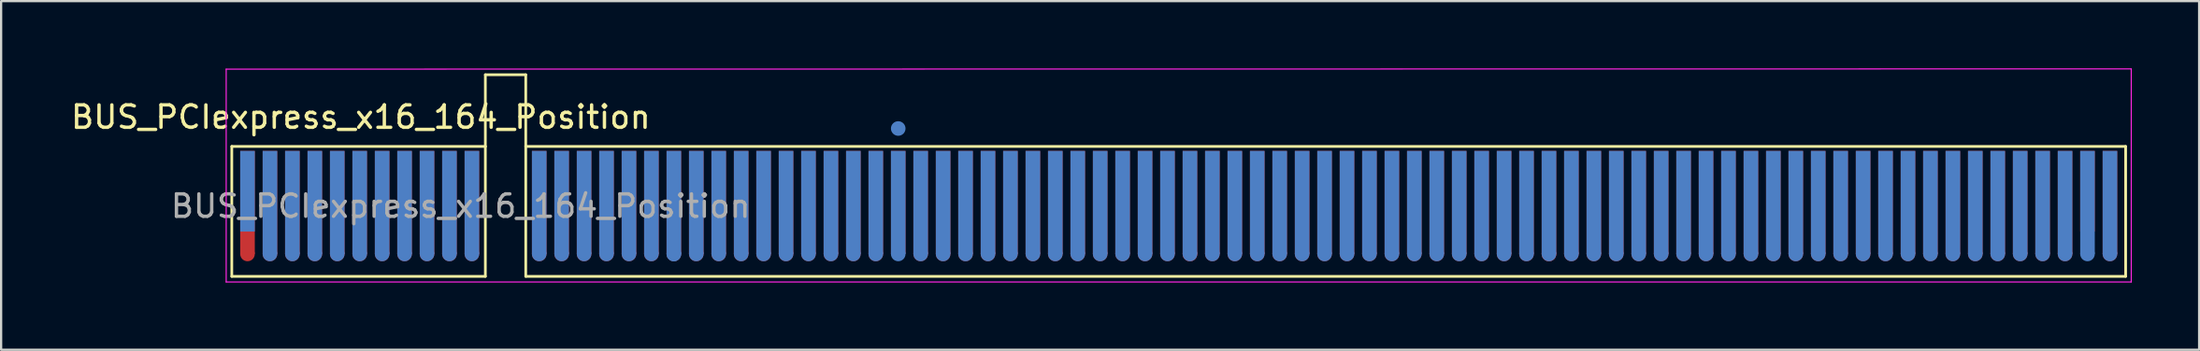
<source format=kicad_pcb>
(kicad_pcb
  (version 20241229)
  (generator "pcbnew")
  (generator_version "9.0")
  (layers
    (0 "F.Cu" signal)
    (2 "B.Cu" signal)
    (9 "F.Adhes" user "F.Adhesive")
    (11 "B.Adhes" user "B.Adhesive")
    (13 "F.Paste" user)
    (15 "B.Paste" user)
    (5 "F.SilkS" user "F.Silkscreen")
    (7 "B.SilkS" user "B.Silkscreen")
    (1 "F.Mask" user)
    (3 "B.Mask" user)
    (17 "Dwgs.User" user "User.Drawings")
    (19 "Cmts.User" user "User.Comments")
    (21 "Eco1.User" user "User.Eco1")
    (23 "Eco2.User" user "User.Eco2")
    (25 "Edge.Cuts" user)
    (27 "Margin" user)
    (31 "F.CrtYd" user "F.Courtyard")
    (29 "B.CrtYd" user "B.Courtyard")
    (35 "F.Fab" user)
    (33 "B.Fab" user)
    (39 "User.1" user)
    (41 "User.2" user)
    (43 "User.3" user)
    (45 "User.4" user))
  (footprint "BUS_PCIexpress_x16_164_Position"
    (layer "F.Cu")
    (at 7.98 5.486)
    (property "Reference" "BUS_PCIexpress_x16_164_Position" (at 5.05 -3.31 0) (layer "F.SilkS") (effects (font (size 1 1) (thickness 0.15))))
    (attr exclude_from_pos_files exclude_from_bom)
    (fp_line (start -0.7 -2) (end 10.6 -2) (stroke (width 0.12) (type solid)) (layer "F.SilkS"))
    (fp_line (start -0.7 3.8) (end -0.7 -2) (stroke (width 0.12) (type solid)) (layer "F.SilkS"))
    (fp_line (start 10.6 -5.2) (end 12.4 -5.2) (stroke (width 0.12) (type solid)) (layer "F.SilkS"))
    (fp_line (start 10.6 -2) (end 10.6 -5.2) (stroke (width 0.12) (type solid)) (layer "F.SilkS"))
    (fp_line (start 10.6 -2) (end 10.6 3.8) (stroke (width 0.12) (type solid)) (layer "F.SilkS"))
    (fp_line (start 10.6 3.8) (end -0.7 3.8) (stroke (width 0.12) (type solid)) (layer "F.SilkS"))
    (fp_line (start 12.4 -5.2) (end 12.4 -2) (stroke (width 0.12) (type solid)) (layer "F.SilkS"))
    (fp_line (start 12.4 -2) (end 12.4 3.8) (stroke (width 0.12) (type solid)) (layer "F.SilkS"))
    (fp_line (start 12.4 3.8) (end 83.7 3.8) (stroke (width 0.12) (type solid)) (layer "F.SilkS"))
    (fp_line (start 83.7 -2) (end 12.4 -2) (stroke (width 0.12) (type solid)) (layer "F.SilkS"))
    (fp_line (start 83.7 -2) (end 83.7 3.8) (stroke (width 0.12) (type solid)) (layer "F.SilkS"))
    (fp_line (start -0.95 -5.45) (end -0.95 4.05) (stroke (width 0.05) (type solid)) (layer "F.CrtYd"))
    (fp_line (start -0.95 -5.45) (end 83.947 -5.461) (stroke (width 0.05) (type solid)) (layer "F.CrtYd"))
    (fp_line (start 83.95 -5.461) (end 83.95 4.05) (stroke (width 0.05) (type solid)) (layer "F.CrtYd"))
    (fp_line (start 83.95 4.05) (end -0.95 4.05) (stroke (width 0.05) (type solid)) (layer "F.CrtYd"))
    (fp_text user "${REFERENCE}" (at 9.5 0.662 0) (layer "F.Fab") (effects (font (size 1 1) (thickness 0.15))))
    (pad "A1" connect rect (at 0 0) (size 0.65 3.6) (layers "B.Cu" "B.Mask"))
    (pad "A2" connect rect (at 1 0.5) (size 0.65 4.6) (layers "B.Cu" "B.Mask"))
    (pad "A2" connect oval (at 1 2.8 90) (size 0.65 0.65) (layers "B.Cu" "B.Mask"))
    (pad "A3" connect rect (at 2 0.5) (size 0.65 4.6) (layers "B.Cu" "B.Mask"))
    (pad "A3" connect oval (at 2 2.8 90) (size 0.65 0.65) (layers "B.Cu" "B.Mask"))
    (pad "A4" connect rect (at 3 0.5) (size 0.65 4.6) (layers "B.Cu" "B.Mask"))
    (pad "A4" connect oval (at 3 2.8 90) (size 0.65 0.65) (layers "B.Cu" "B.Mask"))
    (pad "A5" connect rect (at 4 0.5) (size 0.65 4.6) (layers "B.Cu" "B.Mask"))
    (pad "A5" connect oval (at 4 2.8 90) (size 0.65 0.65) (layers "B.Cu" "B.Mask"))
    (pad "A6" connect rect (at 5 0.5) (size 0.65 4.6) (layers "B.Cu" "B.Mask"))
    (pad "A6" connect oval (at 5 2.8 90) (size 0.65 0.65) (layers "B.Cu" "B.Mask"))
    (pad "A7" connect rect (at 6 0.5) (size 0.65 4.6) (layers "B.Cu" "B.Mask"))
    (pad "A7" connect oval (at 6 2.8 90) (size 0.65 0.65) (layers "B.Cu" "B.Mask"))
    (pad "A8" connect rect (at 7 0.5) (size 0.65 4.6) (layers "B.Cu" "B.Mask"))
    (pad "A8" connect oval (at 7 2.8 90) (size 0.65 0.65) (layers "B.Cu" "B.Mask"))
    (pad "A9" connect rect (at 8 0.5) (size 0.65 4.6) (layers "B.Cu" "B.Mask"))
    (pad "A9" connect oval (at 8 2.8 90) (size 0.65 0.65) (layers "B.Cu" "B.Mask"))
    (pad "A10" connect rect (at 9 0.5) (size 0.65 4.6) (layers "B.Cu" "B.Mask"))
    (pad "A10" connect oval (at 9 2.8 90) (size 0.65 0.65) (layers "B.Cu" "B.Mask"))
    (pad "A11" connect rect (at 10 0.5) (size 0.65 4.6) (layers "B.Cu" "B.Mask"))
    (pad "A11" connect oval (at 10 2.8 90) (size 0.65 0.65) (layers "B.Cu" "B.Mask"))
    (pad "A12" connect rect (at 13 0.5) (size 0.65 4.6) (layers "B.Cu" "B.Mask"))
    (pad "A12" connect oval (at 13 2.8 90) (size 0.65 0.65) (layers "B.Cu" "B.Mask"))
    (pad "A13" connect rect (at 14 0.5) (size 0.65 4.6) (layers "B.Cu" "B.Mask"))
    (pad "A13" connect oval (at 14 2.8 90) (size 0.65 0.65) (layers "B.Cu" "B.Mask"))
    (pad "A14" connect rect (at 15 0.5) (size 0.65 4.6) (layers "B.Cu" "B.Mask"))
    (pad "A14" connect oval (at 15 2.8 90) (size 0.65 0.65) (layers "B.Cu" "B.Mask"))
    (pad "A15" connect rect (at 16 0.5) (size 0.65 4.6) (layers "B.Cu" "B.Mask"))
    (pad "A15" connect oval (at 16 2.8 90) (size 0.65 0.65) (layers "B.Cu" "B.Mask"))
    (pad "A16" connect rect (at 17 0.5) (size 0.65 4.6) (layers "B.Cu" "B.Mask"))
    (pad "A16" connect oval (at 17 2.8 90) (size 0.65 0.65) (layers "B.Cu" "B.Mask"))
    (pad "A17" connect rect (at 18 0.5) (size 0.65 4.6) (layers "B.Cu" "B.Mask"))
    (pad "A17" connect oval (at 18 2.8 90) (size 0.65 0.65) (layers "B.Cu" "B.Mask"))
    (pad "A18" connect rect (at 19 0.5) (size 0.65 4.6) (layers "B.Cu" "B.Mask"))
    (pad "A18" connect oval (at 19 2.8 90) (size 0.65 0.65) (layers "B.Cu" "B.Mask"))
    (pad "A18" connect oval (at 19 2.8 90) (size 0.65 0.65) (layers "B.Cu" "B.Mask"))
    (pad "A19" connect rect (at 20 0.5) (size 0.65 4.6) (layers "B.Cu" "B.Mask"))
    (pad "A19" connect oval (at 20 2.8 90) (size 0.65 0.65) (layers "B.Cu" "B.Mask"))
    (pad "A20" connect rect (at 21 0.5) (size 0.65 4.6) (layers "B.Cu" "B.Mask"))
    (pad "A20" connect oval (at 21 2.8 90) (size 0.65 0.65) (layers "B.Cu" "B.Mask"))
    (pad "A21" connect rect (at 22 0.5) (size 0.65 4.6) (layers "B.Cu" "B.Mask"))
    (pad "A21" connect oval (at 22 2.8 90) (size 0.65 0.65) (layers "B.Cu" "B.Mask"))
    (pad "A22" connect rect (at 23 0.5) (size 0.65 4.6) (layers "B.Cu" "B.Mask"))
    (pad "A22" connect oval (at 23 2.8 90) (size 0.65 0.65) (layers "B.Cu" "B.Mask"))
    (pad "A23" connect rect (at 24 0.5) (size 0.65 4.6) (layers "B.Cu" "B.Mask"))
    (pad "A23" connect oval (at 24 2.8 90) (size 0.65 0.65) (layers "B.Cu" "B.Mask"))
    (pad "A24" connect rect (at 25 0.5) (size 0.65 4.6) (layers "B.Cu" "B.Mask"))
    (pad "A24" connect oval (at 25 2.8 90) (size 0.65 0.65) (layers "B.Cu" "B.Mask"))
    (pad "A25" connect rect (at 26 0.5) (size 0.65 4.6) (layers "B.Cu" "B.Mask"))
    (pad "A25" connect oval (at 26 2.8 90) (size 0.65 0.65) (layers "B.Cu" "B.Mask"))
    (pad "A26" connect rect (at 27 0.5) (size 0.65 4.6) (layers "B.Cu" "B.Mask"))
    (pad "A26" connect oval (at 27 2.8 90) (size 0.65 0.65) (layers "B.Cu" "B.Mask"))
    (pad "A27" connect rect (at 28 0.5) (size 0.65 4.6) (layers "B.Cu" "B.Mask"))
    (pad "A27" connect oval (at 28 2.8 90) (size 0.65 0.65) (layers "B.Cu" "B.Mask"))
    (pad "A28" connect rect (at 29 0.5) (size 0.65 4.6) (layers "B.Cu" "B.Mask"))
    (pad "A28" connect oval (at 29 2.8 90) (size 0.65 0.65) (layers "B.Cu" "B.Mask"))
    (pad "A29" connect rect (at 30 0.5) (size 0.65 4.6) (layers "B.Cu" "B.Mask"))
    (pad "A29" connect oval (at 30 2.8 90) (size 0.65 0.65) (layers "B.Cu" "B.Mask"))
    (pad "A30" connect rect (at 31 0.5) (size 0.65 4.6) (layers "B.Cu" "B.Mask"))
    (pad "A30" connect oval (at 31 2.8 90) (size 0.65 0.65) (layers "B.Cu" "B.Mask"))
    (pad "A31" connect rect (at 32 0.5) (size 0.65 4.6) (layers "B.Cu" "B.Mask"))
    (pad "A31" connect oval (at 32 2.8 90) (size 0.65 0.65) (layers "B.Cu" "B.Mask"))
    (pad "A32" connect rect (at 33 0.5) (size 0.65 4.6) (layers "B.Cu" "B.Mask"))
    (pad "A32" connect oval (at 33 2.8 90) (size 0.65 0.65) (layers "B.Cu" "B.Mask"))
    (pad "A33" connect rect (at 34 0.5) (size 0.65 4.6) (layers "B.Cu" "B.Mask"))
    (pad "A33" connect oval (at 34 2.8 90) (size 0.65 0.65) (layers "B.Cu" "B.Mask"))
    (pad "A34" connect rect (at 35 0.5) (size 0.65 4.6) (layers "B.Cu" "B.Mask"))
    (pad "A34" connect oval (at 35 2.8 90) (size 0.65 0.65) (layers "B.Cu" "B.Mask"))
    (pad "A35" connect rect (at 36 0.5) (size 0.65 4.6) (layers "B.Cu" "B.Mask"))
    (pad "A35" connect oval (at 36 2.8 90) (size 0.65 0.65) (layers "B.Cu" "B.Mask"))
    (pad "A36" connect rect (at 37 0.5) (size 0.65 4.6) (layers "B.Cu" "B.Mask"))
    (pad "A36" connect oval (at 37 2.8 90) (size 0.65 0.65) (layers "B.Cu" "B.Mask"))
    (pad "A37" connect rect (at 38 0.5) (size 0.65 4.6) (layers "B.Cu" "B.Mask"))
    (pad "A37" connect oval (at 38 2.8 90) (size 0.65 0.65) (layers "B.Cu" "B.Mask"))
    (pad "A38" connect rect (at 39 0.5) (size 0.65 4.6) (layers "B.Cu" "B.Mask"))
    (pad "A38" connect oval (at 39 2.8 90) (size 0.65 0.65) (layers "B.Cu" "B.Mask"))
    (pad "A39" connect rect (at 40 0.5) (size 0.65 4.6) (layers "B.Cu" "B.Mask"))
    (pad "A39" connect oval (at 40 2.8 90) (size 0.65 0.65) (layers "B.Cu" "B.Mask"))
    (pad "A40" connect rect (at 41 0.5) (size 0.65 4.6) (layers "B.Cu" "B.Mask"))
    (pad "A40" connect oval (at 41 2.8 90) (size 0.65 0.65) (layers "B.Cu" "B.Mask"))
    (pad "A41" connect rect (at 42 0.5) (size 0.65 4.6) (layers "B.Cu" "B.Mask"))
    (pad "A41" connect oval (at 42 2.8 90) (size 0.65 0.65) (layers "B.Cu" "B.Mask"))
    (pad "A42" connect rect (at 43 0.5) (size 0.65 4.6) (layers "B.Cu" "B.Mask"))
    (pad "A42" connect oval (at 43 2.8 90) (size 0.65 0.65) (layers "B.Cu" "B.Mask"))
    (pad "A43" connect rect (at 44 0.5) (size 0.65 4.6) (layers "B.Cu" "B.Mask"))
    (pad "A43" connect oval (at 44 2.8 90) (size 0.65 0.65) (layers "B.Cu" "B.Mask"))
    (pad "A44" connect rect (at 45 0.5) (size 0.65 4.6) (layers "B.Cu" "B.Mask"))
    (pad "A44" connect oval (at 45 2.8 90) (size 0.65 0.65) (layers "B.Cu" "B.Mask"))
    (pad "A45" connect rect (at 46 0.5) (size 0.65 4.6) (layers "B.Cu" "B.Mask"))
    (pad "A45" connect oval (at 46 2.8 90) (size 0.65 0.65) (layers "B.Cu" "B.Mask"))
    (pad "A46" connect rect (at 47 0.5) (size 0.65 4.6) (layers "B.Cu" "B.Mask"))
    (pad "A46" connect oval (at 47 2.8 90) (size 0.65 0.65) (layers "B.Cu" "B.Mask"))
    (pad "A47" connect rect (at 48 0.5) (size 0.65 4.6) (layers "B.Cu" "B.Mask"))
    (pad "A47" connect oval (at 48 2.8 90) (size 0.65 0.65) (layers "B.Cu" "B.Mask"))
    (pad "A48" connect rect (at 49 0.5) (size 0.65 4.6) (layers "B.Cu" "B.Mask"))
    (pad "A48" connect oval (at 49 2.8 90) (size 0.65 0.65) (layers "B.Cu" "B.Mask"))
    (pad "A49" connect rect (at 50 0.5) (size 0.65 4.6) (layers "B.Cu" "B.Mask"))
    (pad "A49" connect oval (at 50 2.8 90) (size 0.65 0.65) (layers "B.Cu" "B.Mask"))
    (pad "A50" connect rect (at 51 0.5) (size 0.65 4.6) (layers "B.Cu" "B.Mask"))
    (pad "A50" connect oval (at 51 2.8 90) (size 0.65 0.65) (layers "B.Cu" "B.Mask"))
    (pad "A51" connect rect (at 52 0.5) (size 0.65 4.6) (layers "B.Cu" "B.Mask"))
    (pad "A51" connect oval (at 52 2.8 90) (size 0.65 0.65) (layers "B.Cu" "B.Mask"))
    (pad "A52" connect rect (at 53 0.5) (size 0.65 4.6) (layers "B.Cu" "B.Mask"))
    (pad "A52" connect oval (at 53 2.8 90) (size 0.65 0.65) (layers "B.Cu" "B.Mask"))
    (pad "A53" connect rect (at 54 0.5) (size 0.65 4.6) (layers "B.Cu" "B.Mask"))
    (pad "A53" connect oval (at 54 2.8 90) (size 0.65 0.65) (layers "B.Cu" "B.Mask"))
    (pad "A54" connect rect (at 55 0.5) (size 0.65 4.6) (layers "B.Cu" "B.Mask"))
    (pad "A54" connect oval (at 55 2.8 90) (size 0.65 0.65) (layers "B.Cu" "B.Mask"))
    (pad "A55" connect rect (at 56 0.5) (size 0.65 4.6) (layers "B.Cu" "B.Mask"))
    (pad "A55" connect oval (at 56 2.8 90) (size 0.65 0.65) (layers "B.Cu" "B.Mask"))
    (pad "A56" connect rect (at 57 0.5) (size 0.65 4.6) (layers "B.Cu" "B.Mask"))
    (pad "A56" connect oval (at 57 2.8 90) (size 0.65 0.65) (layers "B.Cu" "B.Mask"))
    (pad "A57" connect rect (at 58 0.5) (size 0.65 4.6) (layers "B.Cu" "B.Mask"))
    (pad "A57" connect oval (at 58 2.8 90) (size 0.65 0.65) (layers "B.Cu" "B.Mask"))
    (pad "A58" connect rect (at 59 0.5) (size 0.65 4.6) (layers "B.Cu" "B.Mask"))
    (pad "A58" connect oval (at 59 2.8 90) (size 0.65 0.65) (layers "B.Cu" "B.Mask"))
    (pad "A59" connect rect (at 60 0.5) (size 0.65 4.6) (layers "B.Cu" "B.Mask"))
    (pad "A59" connect oval (at 60 2.8 90) (size 0.65 0.65) (layers "B.Cu" "B.Mask"))
    (pad "A60" connect rect (at 61 0.5) (size 0.65 4.6) (layers "B.Cu" "B.Mask"))
    (pad "A60" connect oval (at 61 2.8 90) (size 0.65 0.65) (layers "B.Cu" "B.Mask"))
    (pad "A61" connect rect (at 62 0.5) (size 0.65 4.6) (layers "B.Cu" "B.Mask"))
    (pad "A61" connect oval (at 62 2.8 90) (size 0.65 0.65) (layers "B.Cu" "B.Mask"))
    (pad "A62" connect rect (at 63 0.5) (size 0.65 4.6) (layers "B.Cu" "B.Mask"))
    (pad "A62" connect oval (at 63 2.8 90) (size 0.65 0.65) (layers "B.Cu" "B.Mask"))
    (pad "A63" connect rect (at 64 0.5) (size 0.65 4.6) (layers "B.Cu" "B.Mask"))
    (pad "A63" connect oval (at 64 2.8 90) (size 0.65 0.65) (layers "B.Cu" "B.Mask"))
    (pad "A64" connect rect (at 65 0.5) (size 0.65 4.6) (layers "B.Cu" "B.Mask"))
    (pad "A64" connect oval (at 65 2.8 90) (size 0.65 0.65) (layers "B.Cu" "B.Mask"))
    (pad "A65" connect rect (at 66 0.5) (size 0.65 4.6) (layers "B.Cu" "B.Mask"))
    (pad "A65" connect oval (at 66 2.8 90) (size 0.65 0.65) (layers "B.Cu" "B.Mask"))
    (pad "A66" connect rect (at 67 0.5) (size 0.65 4.6) (layers "B.Cu" "B.Mask"))
    (pad "A66" connect oval (at 67 2.8 90) (size 0.65 0.65) (layers "B.Cu" "B.Mask"))
    (pad "A67" connect rect (at 68 0.5) (size 0.65 4.6) (layers "B.Cu" "B.Mask"))
    (pad "A67" connect oval (at 68 2.8 90) (size 0.65 0.65) (layers "B.Cu" "B.Mask"))
    (pad "A68" connect rect (at 69 0.5) (size 0.65 4.6) (layers "B.Cu" "B.Mask"))
    (pad "A68" connect oval (at 69 2.8 90) (size 0.65 0.65) (layers "B.Cu" "B.Mask"))
    (pad "A69" connect rect (at 70 0.5) (size 0.65 4.6) (layers "B.Cu" "B.Mask"))
    (pad "A69" connect oval (at 70 2.8 90) (size 0.65 0.65) (layers "B.Cu" "B.Mask"))
    (pad "A70" connect rect (at 71 0.5) (size 0.65 4.6) (layers "B.Cu" "B.Mask"))
    (pad "A70" connect oval (at 71 2.8 90) (size 0.65 0.65) (layers "B.Cu" "B.Mask"))
    (pad "A71" connect rect (at 72 0.5) (size 0.65 4.6) (layers "B.Cu" "B.Mask"))
    (pad "A71" connect oval (at 72 2.8 90) (size 0.65 0.65) (layers "B.Cu" "B.Mask"))
    (pad "A72" connect rect (at 73 0.5) (size 0.65 4.6) (layers "B.Cu" "B.Mask"))
    (pad "A72" connect oval (at 73 2.8 90) (size 0.65 0.65) (layers "B.Cu" "B.Mask"))
    (pad "A73" connect rect (at 74 0.5) (size 0.65 4.6) (layers "B.Cu" "B.Mask"))
    (pad "A73" connect oval (at 74 2.8 90) (size 0.65 0.65) (layers "B.Cu" "B.Mask"))
    (pad "A74" connect rect (at 75 0.5) (size 0.65 4.6) (layers "B.Cu" "B.Mask"))
    (pad "A74" connect oval (at 75 2.8 90) (size 0.65 0.65) (layers "B.Cu" "B.Mask"))
    (pad "A75" connect rect (at 76 0.5) (size 0.65 4.6) (layers "B.Cu" "B.Mask"))
    (pad "A75" connect oval (at 76 2.8 90) (size 0.65 0.65) (layers "B.Cu" "B.Mask"))
    (pad "A76" connect rect (at 77 0.5) (size 0.65 4.6) (layers "B.Cu" "B.Mask"))
    (pad "A76" connect oval (at 77 2.8 90) (size 0.65 0.65) (layers "B.Cu" "B.Mask"))
    (pad "A77" connect rect (at 78 0.5) (size 0.65 4.6) (layers "B.Cu" "B.Mask"))
    (pad "A77" connect oval (at 78 2.8 90) (size 0.65 0.65) (layers "B.Cu" "B.Mask"))
    (pad "A78" connect rect (at 79 0.5) (size 0.65 4.6) (layers "B.Cu" "B.Mask"))
    (pad "A78" connect oval (at 79 2.8 90) (size 0.65 0.65) (layers "B.Cu" "B.Mask"))
    (pad "A79" connect rect (at 80 0.5) (size 0.65 4.6) (layers "B.Cu" "B.Mask"))
    (pad "A79" connect oval (at 80 2.8 90) (size 0.65 0.65) (layers "B.Cu" "B.Mask"))
    (pad "A80" connect rect (at 81 0.5) (size 0.65 4.6) (layers "B.Cu" "B.Mask"))
    (pad "A80" connect oval (at 81 2.8 90) (size 0.65 0.65) (layers "B.Cu" "B.Mask"))
    (pad "A81" connect rect (at 82 0.5) (size 0.65 4.6) (layers "B.Cu" "B.Mask"))
    (pad "A81" connect oval (at 82 2.8 90) (size 0.65 0.65) (layers "B.Cu" "B.Mask"))
    (pad "A82" connect rect (at 83 0.5) (size 0.65 4.6) (layers "B.Cu" "B.Mask"))
    (pad "A82" connect oval (at 83 2.8 90) (size 0.65 0.65) (layers "B.Cu" "B.Mask"))
    (pad "B1" connect rect (at 0 0.5) (size 0.65 4.6) (layers "F.Cu" "F.Mask"))
    (pad "B1" connect circle (at 0 2.8) (size 0.65 0.65) (layers "F.Cu" "F.Mask"))
    (pad "B2" connect rect (at 1 0.5) (size 0.65 4.6) (layers "F.Cu" "F.Mask"))
    (pad "B2" connect circle (at 1 2.8) (size 0.65 0.65) (layers "F.Cu" "F.Mask"))
    (pad "B3" connect rect (at 2 0.5) (size 0.65 4.6) (layers "F.Cu" "F.Mask"))
    (pad "B3" connect circle (at 2 2.8) (size 0.65 0.65) (layers "F.Cu" "F.Mask"))
    (pad "B4" connect rect (at 3 0.5) (size 0.65 4.6) (layers "F.Cu" "F.Mask"))
    (pad "B4" connect circle (at 3 2.8) (size 0.65 0.65) (layers "F.Cu" "F.Mask"))
    (pad "B5" connect rect (at 4 0.5) (size 0.65 4.6) (layers "F.Cu" "F.Mask"))
    (pad "B5" connect circle (at 4 2.8) (size 0.65 0.65) (layers "F.Cu" "F.Mask"))
    (pad "B6" connect rect (at 5 0.5) (size 0.65 4.6) (layers "F.Cu" "F.Mask"))
    (pad "B6" connect circle (at 5 2.8) (size 0.65 0.65) (layers "F.Cu" "F.Mask"))
    (pad "B7" connect rect (at 6 0.5) (size 0.65 4.6) (layers "F.Cu" "F.Mask"))
    (pad "B7" connect circle (at 6 2.8) (size 0.65 0.65) (layers "F.Cu" "F.Mask"))
    (pad "B8" connect rect (at 7 0.5) (size 0.65 4.6) (layers "F.Cu" "F.Mask"))
    (pad "B8" connect circle (at 7 2.8) (size 0.65 0.65) (layers "F.Cu" "F.Mask"))
    (pad "B9" connect rect (at 8 0.5) (size 0.65 4.6) (layers "F.Cu" "F.Mask"))
    (pad "B9" connect circle (at 8 2.8) (size 0.65 0.65) (layers "F.Cu" "F.Mask"))
    (pad "B10" connect rect (at 9 0.5) (size 0.65 4.6) (layers "F.Cu" "F.Mask"))
    (pad "B10" connect circle (at 9 2.8) (size 0.65 0.65) (layers "F.Cu" "F.Mask"))
    (pad "B11" connect rect (at 10 0.5) (size 0.65 4.6) (layers "F.Cu" "F.Mask"))
    (pad "B11" connect circle (at 10 2.8) (size 0.65 0.65) (layers "F.Cu" "F.Mask"))
    (pad "B12" connect rect (at 13 0.5) (size 0.65 4.6) (layers "F.Cu" "F.Mask"))
    (pad "B12" connect circle (at 13 2.8) (size 0.65 0.65) (layers "F.Cu" "F.Mask"))
    (pad "B13" connect rect (at 14 0.5) (size 0.65 4.6) (layers "F.Cu" "F.Mask"))
    (pad "B13" connect circle (at 14 2.8) (size 0.65 0.65) (layers "F.Cu" "F.Mask"))
    (pad "B14" connect rect (at 15 0.5) (size 0.65 4.6) (layers "F.Cu" "F.Mask"))
    (pad "B14" connect circle (at 15 2.8) (size 0.65 0.65) (layers "F.Cu" "F.Mask"))
    (pad "B15" connect rect (at 16 0.5) (size 0.65 4.6) (layers "F.Cu" "F.Mask"))
    (pad "B15" connect circle (at 16 2.8) (size 0.65 0.65) (layers "F.Cu" "F.Mask"))
    (pad "B16" connect rect (at 17 0.5) (size 0.65 4.6) (layers "F.Cu" "F.Mask"))
    (pad "B16" connect circle (at 17 2.8) (size 0.65 0.65) (layers "F.Cu" "F.Mask"))
    (pad "B17" connect rect (at 18 0.5) (size 0.65 4.6) (layers "F.Cu" "F.Mask"))
    (pad "B17" connect circle (at 18 2.8) (size 0.65 0.65) (layers "F.Cu" "F.Mask"))
    (pad "B18" connect rect (at 19 0.5) (size 0.65 4.6) (layers "F.Cu" "F.Mask"))
    (pad "B18" connect circle (at 19 2.8) (size 0.65 0.65) (layers "F.Cu" "F.Mask"))
    (pad "B19" connect rect (at 20 0.5) (size 0.65 4.6) (layers "F.Cu" "F.Mask"))
    (pad "B19" connect circle (at 20 2.8) (size 0.65 0.65) (layers "F.Cu" "F.Mask"))
    (pad "B20" connect rect (at 21 0.5) (size 0.65 4.6) (layers "F.Cu" "F.Mask"))
    (pad "B20" connect circle (at 21 2.8) (size 0.65 0.65) (layers "F.Cu" "F.Mask"))
    (pad "B21" connect rect (at 22 0.5) (size 0.65 4.6) (layers "F.Cu" "F.Mask"))
    (pad "B21" connect circle (at 22 2.8) (size 0.65 0.65) (layers "F.Cu" "F.Mask"))
    (pad "B22" connect rect (at 23 0.5) (size 0.65 4.6) (layers "F.Cu" "F.Mask"))
    (pad "B22" connect circle (at 23 2.8) (size 0.65 0.65) (layers "F.Cu" "F.Mask"))
    (pad "B23" connect rect (at 24 0.5) (size 0.65 4.6) (layers "F.Cu" "F.Mask"))
    (pad "B23" connect circle (at 24 2.8) (size 0.65 0.65) (layers "F.Cu" "F.Mask"))
    (pad "B24" connect rect (at 25 0.5) (size 0.65 4.6) (layers "F.Cu" "F.Mask"))
    (pad "B24" connect circle (at 25 2.8) (size 0.65 0.65) (layers "F.Cu" "F.Mask"))
    (pad "B25" connect rect (at 26 0.5) (size 0.65 4.6) (layers "F.Cu" "F.Mask"))
    (pad "B25" connect circle (at 26 2.8) (size 0.65 0.65) (layers "F.Cu" "F.Mask"))
    (pad "B26" connect rect (at 27 0.5) (size 0.65 4.6) (layers "F.Cu" "F.Mask"))
    (pad "B26" connect circle (at 27 2.8) (size 0.65 0.65) (layers "F.Cu" "F.Mask"))
    (pad "B27" connect rect (at 28 0.5) (size 0.65 4.6) (layers "F.Cu" "F.Mask"))
    (pad "B27" connect circle (at 28 2.8) (size 0.65 0.65) (layers "F.Cu" "F.Mask"))
    (pad "B28" connect circle (at 29 -2.8) (size 0.65 0.65) (layers "B.Cu" "B.Mask"))
    (pad "B28" connect rect (at 29 0.5) (size 0.65 4.6) (layers "F.Cu" "F.Mask"))
    (pad "B29" connect rect (at 30 0.5) (size 0.65 4.6) (layers "F.Cu" "F.Mask"))
    (pad "B29" connect circle (at 30 2.8) (size 0.65 0.65) (layers "F.Cu" "F.Mask"))
    (pad "B30" connect rect (at 31 0.5) (size 0.65 4.6) (layers "F.Cu" "F.Mask"))
    (pad "B30" connect circle (at 31 2.8) (size 0.65 0.65) (layers "F.Cu" "F.Mask"))
    (pad "B31" connect rect (at 32 0.5) (size 0.65 4.6) (layers "F.Cu" "F.Mask"))
    (pad "B31" connect circle (at 32 2.8) (size 0.65 0.65) (layers "F.Cu" "F.Mask"))
    (pad "B32" connect rect (at 33 0.5) (size 0.65 4.6) (layers "F.Cu" "F.Mask"))
    (pad "B32" connect circle (at 33 2.8) (size 0.65 0.65) (layers "F.Cu" "F.Mask"))
    (pad "B33" connect rect (at 34 0.5) (size 0.65 4.6) (layers "F.Cu" "F.Mask"))
    (pad "B33" connect circle (at 34 2.8) (size 0.65 0.65) (layers "F.Cu" "F.Mask"))
    (pad "B34" connect rect (at 35 0.5) (size 0.65 4.6) (layers "F.Cu" "F.Mask"))
    (pad "B34" connect circle (at 35 2.8) (size 0.65 0.65) (layers "F.Cu" "F.Mask"))
    (pad "B35" connect rect (at 36 0.5) (size 0.65 4.6) (layers "F.Cu" "F.Mask"))
    (pad "B35" connect circle (at 36 2.8) (size 0.65 0.65) (layers "F.Cu" "F.Mask"))
    (pad "B36" connect rect (at 37 0.5) (size 0.65 4.6) (layers "F.Cu" "F.Mask"))
    (pad "B36" connect circle (at 37 2.8) (size 0.65 0.65) (layers "F.Cu" "F.Mask"))
    (pad "B37" connect rect (at 38 0.5) (size 0.65 4.6) (layers "F.Cu" "F.Mask"))
    (pad "B37" connect circle (at 38 2.8) (size 0.65 0.65) (layers "F.Cu" "F.Mask"))
    (pad "B38" connect rect (at 39 0.5) (size 0.65 4.6) (layers "F.Cu" "F.Mask"))
    (pad "B38" connect circle (at 39 2.8 90) (size 0.65 0.65) (layers "F.Cu" "F.Mask"))
    (pad "B39" connect rect (at 40 0.5) (size 0.65 4.6) (layers "F.Cu" "F.Mask"))
    (pad "B39" connect circle (at 40 2.8) (size 0.65 0.65) (layers "F.Cu" "F.Mask"))
    (pad "B40" connect rect (at 41 0.5) (size 0.65 4.6) (layers "F.Cu" "F.Mask"))
    (pad "B40" connect circle (at 41 2.8) (size 0.65 0.65) (layers "F.Cu" "F.Mask"))
    (pad "B41" connect rect (at 42 0.5) (size 0.65 4.6) (layers "F.Cu" "F.Mask"))
    (pad "B41" connect circle (at 42 2.8) (size 0.65 0.65) (layers "F.Cu" "F.Mask"))
    (pad "B41" connect circle (at 42 2.8) (size 0.65 0.65) (layers "F.Cu" "F.Mask"))
    (pad "B42" connect rect (at 43 0.5) (size 0.65 4.6) (layers "F.Cu" "F.Mask"))
    (pad "B42" connect circle (at 43 2.8) (size 0.65 0.65) (layers "F.Cu" "F.Mask"))
    (pad "B43" connect rect (at 44 0.5) (size 0.65 4.6) (layers "F.Cu" "F.Mask"))
    (pad "B43" connect circle (at 44 2.8) (size 0.65 0.65) (layers "F.Cu" "F.Mask"))
    (pad "B44" connect rect (at 45 0.5) (size 0.65 4.6) (layers "F.Cu" "F.Mask"))
    (pad "B44" connect circle (at 45 2.8) (size 0.65 0.65) (layers "F.Cu" "F.Mask"))
    (pad "B45" connect rect (at 46 0.5) (size 0.65 4.6) (layers "F.Cu" "F.Mask"))
    (pad "B45" connect circle (at 46 2.8) (size 0.65 0.65) (layers "F.Cu" "F.Mask"))
    (pad "B46" connect rect (at 47 0.5) (size 0.65 4.6) (layers "F.Cu" "F.Mask"))
    (pad "B46" connect circle (at 47 2.8) (size 0.65 0.65) (layers "F.Cu" "F.Mask"))
    (pad "B47" connect rect (at 48 0.5) (size 0.65 4.6) (layers "F.Cu" "F.Mask"))
    (pad "B47" connect circle (at 48 2.8) (size 0.65 0.65) (layers "F.Cu" "F.Mask"))
    (pad "B48" connect rect (at 49 0.5) (size 0.65 4.6) (layers "F.Cu" "F.Mask"))
    (pad "B48" connect circle (at 49 2.8) (size 0.65 0.65) (layers "F.Cu" "F.Mask"))
    (pad "B49" connect rect (at 50 0.5) (size 0.65 4.6) (layers "F.Cu" "F.Mask"))
    (pad "B49" connect circle (at 50 2.8) (size 0.65 0.65) (layers "F.Cu" "F.Mask"))
    (pad "B50" connect rect (at 51 0.5) (size 0.65 4.6) (layers "F.Cu" "F.Mask"))
    (pad "B50" connect circle (at 51 2.8) (size 0.65 0.65) (layers "F.Cu" "F.Mask"))
    (pad "B51" connect rect (at 52 0.5) (size 0.65 4.6) (layers "F.Cu" "F.Mask"))
    (pad "B51" connect circle (at 52 2.8) (size 0.65 0.65) (layers "F.Cu" "F.Mask"))
    (pad "B52" connect rect (at 53 0.5) (size 0.65 4.6) (layers "F.Cu" "F.Mask"))
    (pad "B52" connect circle (at 53 2.8) (size 0.65 0.65) (layers "F.Cu" "F.Mask"))
    (pad "B53" connect rect (at 54 0.5) (size 0.65 4.6) (layers "F.Cu" "F.Mask"))
    (pad "B53" connect circle (at 54 2.8) (size 0.65 0.65) (layers "F.Cu" "F.Mask"))
    (pad "B54" connect rect (at 55 0.5) (size 0.65 4.6) (layers "F.Cu" "F.Mask"))
    (pad "B54" connect circle (at 55 2.8) (size 0.65 0.65) (layers "F.Cu" "F.Mask"))
    (pad "B55" connect rect (at 56 0.5) (size 0.65 4.6) (layers "F.Cu" "F.Mask"))
    (pad "B55" connect circle (at 56 2.8) (size 0.65 0.65) (layers "F.Cu" "F.Mask"))
    (pad "B56" connect rect (at 57 0.5) (size 0.65 4.6) (layers "F.Cu" "F.Mask"))
    (pad "B56" connect circle (at 57 2.8) (size 0.65 0.65) (layers "F.Cu" "F.Mask"))
    (pad "B57" connect rect (at 58 0.5) (size 0.65 4.6) (layers "F.Cu" "F.Mask"))
    (pad "B57" connect circle (at 58 2.8) (size 0.65 0.65) (layers "F.Cu" "F.Mask"))
    (pad "B57" connect circle (at 58 2.8) (size 0.65 0.65) (layers "F.Cu" "F.Mask"))
    (pad "B58" connect rect (at 59 0.5) (size 0.65 4.6) (layers "F.Cu" "F.Mask"))
    (pad "B58" connect circle (at 59 2.8) (size 0.65 0.65) (layers "F.Cu" "F.Mask"))
    (pad "B59" connect rect (at 60 0.5) (size 0.65 4.6) (layers "F.Cu" "F.Mask"))
    (pad "B59" connect circle (at 60 2.8) (size 0.65 0.65) (layers "F.Cu" "F.Mask"))
    (pad "B60" connect rect (at 61 0.5) (size 0.65 4.6) (layers "F.Cu" "F.Mask"))
    (pad "B60" connect circle (at 61 2.8) (size 0.65 0.65) (layers "F.Cu" "F.Mask"))
    (pad "B61" connect rect (at 62 0.5) (size 0.65 4.6) (layers "F.Cu" "F.Mask"))
    (pad "B61" connect circle (at 62 2.8) (size 0.65 0.65) (layers "F.Cu" "F.Mask"))
    (pad "B62" connect rect (at 63 0.5) (size 0.65 4.6) (layers "F.Cu" "F.Mask"))
    (pad "B62" connect circle (at 63 2.8) (size 0.65 0.65) (layers "F.Cu" "F.Mask"))
    (pad "B63" connect rect (at 64 0.5) (size 0.65 4.6) (layers "F.Cu" "F.Mask"))
    (pad "B63" connect circle (at 64 2.8) (size 0.65 0.65) (layers "F.Cu" "F.Mask"))
    (pad "B64" connect rect (at 65 0.5) (size 0.65 4.6) (layers "F.Cu" "F.Mask"))
    (pad "B64" connect circle (at 65 2.8) (size 0.65 0.65) (layers "F.Cu" "F.Mask"))
    (pad "B65" connect rect (at 66 0.5) (size 0.65 4.6) (layers "F.Cu" "F.Mask"))
    (pad "B65" connect circle (at 66 2.8) (size 0.65 0.65) (layers "F.Cu" "F.Mask"))
    (pad "B66" connect rect (at 67 0.5) (size 0.65 4.6) (layers "F.Cu" "F.Mask"))
    (pad "B66" connect circle (at 67 2.8) (size 0.65 0.65) (layers "F.Cu" "F.Mask"))
    (pad "B67" connect rect (at 68 0.5) (size 0.65 4.6) (layers "F.Cu" "F.Mask"))
    (pad "B67" connect circle (at 68 2.8) (size 0.65 0.65) (layers "F.Cu" "F.Mask"))
    (pad "B68" connect rect (at 69 0.5) (size 0.65 4.6) (layers "F.Cu" "F.Mask"))
    (pad "B68" connect circle (at 69 2.8) (size 0.65 0.65) (layers "F.Cu" "F.Mask"))
    (pad "B69" connect rect (at 70 0.5) (size 0.65 4.6) (layers "F.Cu" "F.Mask"))
    (pad "B69" connect circle (at 70 2.8) (size 0.65 0.65) (layers "F.Cu" "F.Mask"))
    (pad "B70" connect rect (at 71 0.5) (size 0.65 4.6) (layers "F.Cu" "F.Mask"))
    (pad "B70" connect circle (at 71 2.8) (size 0.65 0.65) (layers "F.Cu" "F.Mask"))
    (pad "B71" connect rect (at 72 0.5) (size 0.65 4.6) (layers "F.Cu" "F.Mask"))
    (pad "B71" connect circle (at 72 2.8) (size 0.65 0.65) (layers "F.Cu" "F.Mask"))
    (pad "B72" connect rect (at 73 0.5) (size 0.65 4.6) (layers "F.Cu" "F.Mask"))
    (pad "B72" connect circle (at 73 2.8) (size 0.65 0.65) (layers "F.Cu" "F.Mask"))
    (pad "B73" connect rect (at 74 0.5) (size 0.65 4.6) (layers "F.Cu" "F.Mask"))
    (pad "B73" connect circle (at 74 2.8) (size 0.65 0.65) (layers "F.Cu" "F.Mask"))
    (pad "B74" connect rect (at 75 0.5) (size 0.65 4.6) (layers "F.Cu" "F.Mask"))
    (pad "B74" connect circle (at 75 2.8) (size 0.65 0.65) (layers "F.Cu" "F.Mask"))
    (pad "B75" connect rect (at 76 0.5) (size 0.65 4.6) (layers "F.Cu" "F.Mask"))
    (pad "B75" connect circle (at 76 2.8) (size 0.65 0.65) (layers "F.Cu" "F.Mask"))
    (pad "B76" connect rect (at 77 0.5) (size 0.65 4.6) (layers "F.Cu" "F.Mask"))
    (pad "B76" connect circle (at 77 2.8) (size 0.65 0.65) (layers "F.Cu" "F.Mask"))
    (pad "B77" connect rect (at 78 0.5) (size 0.65 4.6) (layers "F.Cu" "F.Mask"))
    (pad "B77" connect circle (at 78 2.8) (size 0.65 0.65) (layers "F.Cu" "F.Mask"))
    (pad "B78" connect rect (at 79 0.5) (size 0.65 4.6) (layers "F.Cu" "F.Mask"))
    (pad "B78" connect circle (at 79 2.8) (size 0.65 0.65) (layers "F.Cu" "F.Mask"))
    (pad "B79" connect rect (at 80 0.5) (size 0.65 4.6) (layers "F.Cu" "F.Mask"))
    (pad "B79" connect circle (at 80 2.8) (size 0.65 0.65) (layers "F.Cu" "F.Mask"))
    (pad "B80" connect rect (at 81 0.5) (size 0.65 4.6) (layers "F.Cu" "F.Mask"))
    (pad "B80" connect circle (at 81 2.8) (size 0.65 0.65) (layers "F.Cu" "F.Mask"))
    (pad "B81" connect rect (at 82 0) (size 0.65 3.6) (layers "F.Cu" "F.Mask"))
    (pad "B82" connect rect (at 83 0.5) (size 0.65 4.6) (layers "F.Cu" "F.Mask"))
    (pad "B82" connect circle (at 83 2.8) (size 0.65 0.65) (layers "F.Cu" "F.Mask")))
  (gr_rect
    (start -3 -3)
    (end 94.955 12.561)
    (stroke (width 0.1) (type default))
    (fill no)
    (layer "Edge.Cuts")))
</source>
